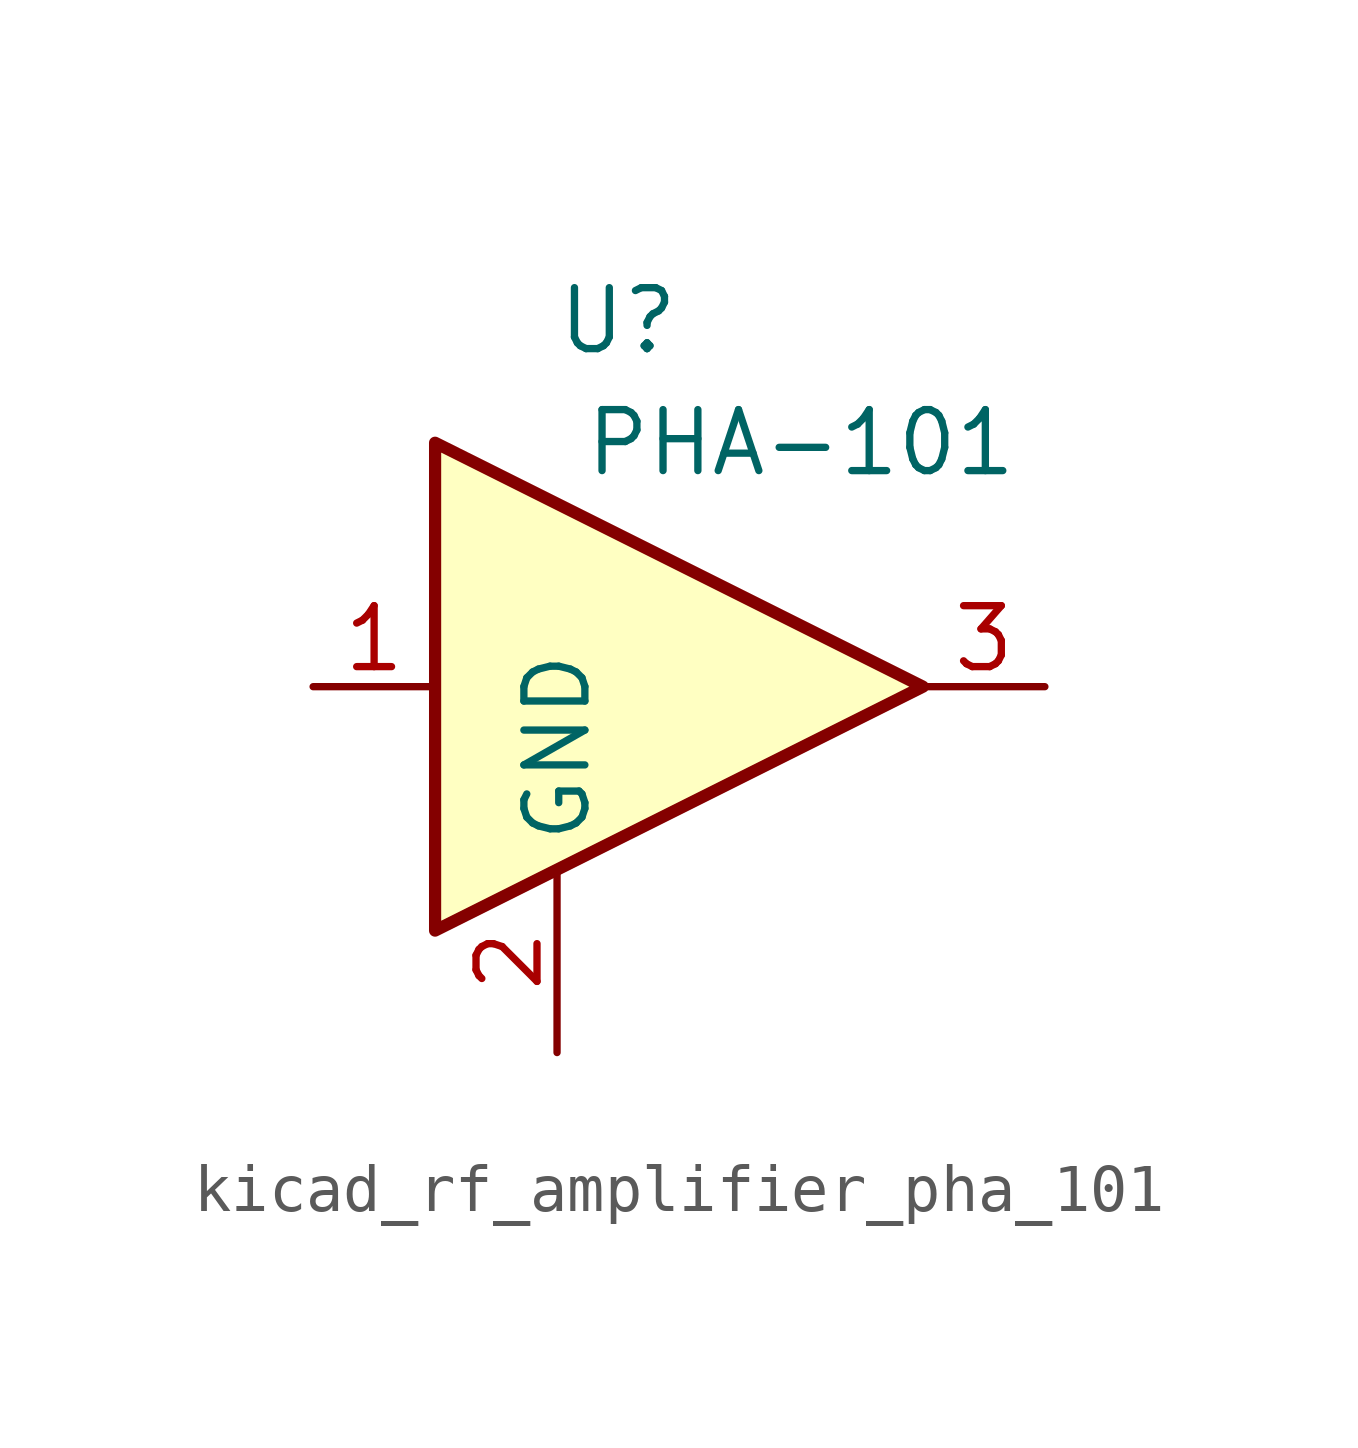
<source format=kicad_sym>
(kicad_symbol_lib
  (version 20220914)
  (generator kicad_symbol_editor)
  (symbol "kicad_rf_amplifier_pha_101"
    (property "Reference" "U"
      (at -1.27 7.62 0)
      (effects (font (size 1.27 1.27))))
    (property "Value" "PHA-101"
      (at 2.54 5.08 0)
      (effects (font (size 1.27 1.27))))
    (symbol "kicad_rf_amplifier_pha_101_0_1"
      (polyline (pts (xy 5.08 0) (xy -5.08 5.08) (xy -5.08 -5.08) (xy 5.08 0)) (stroke (width 0.254) (type default)) (fill (type background))))
    (symbol "kicad_rf_amplifier_pha_101_1_1"
      (pin input line (at -7.62 0 0) (length 2.54) (name "~" (effects (font (size 1.27 1.27)))) (number "1" (effects (font (size 1.27 1.27)))))
      (pin power_in line (at -2.54 -7.62 90) (length 3.81) (name "GND" (effects (font (size 1.27 1.27)))) (number "2" (effects (font (size 1.27 1.27)))))
      (pin output line (at 7.62 0 180) (length 2.54) (name "~" (effects (font (size 1.27 1.27)))) (number "3" (effects (font (size 1.27 1.27))))))))
</source>
